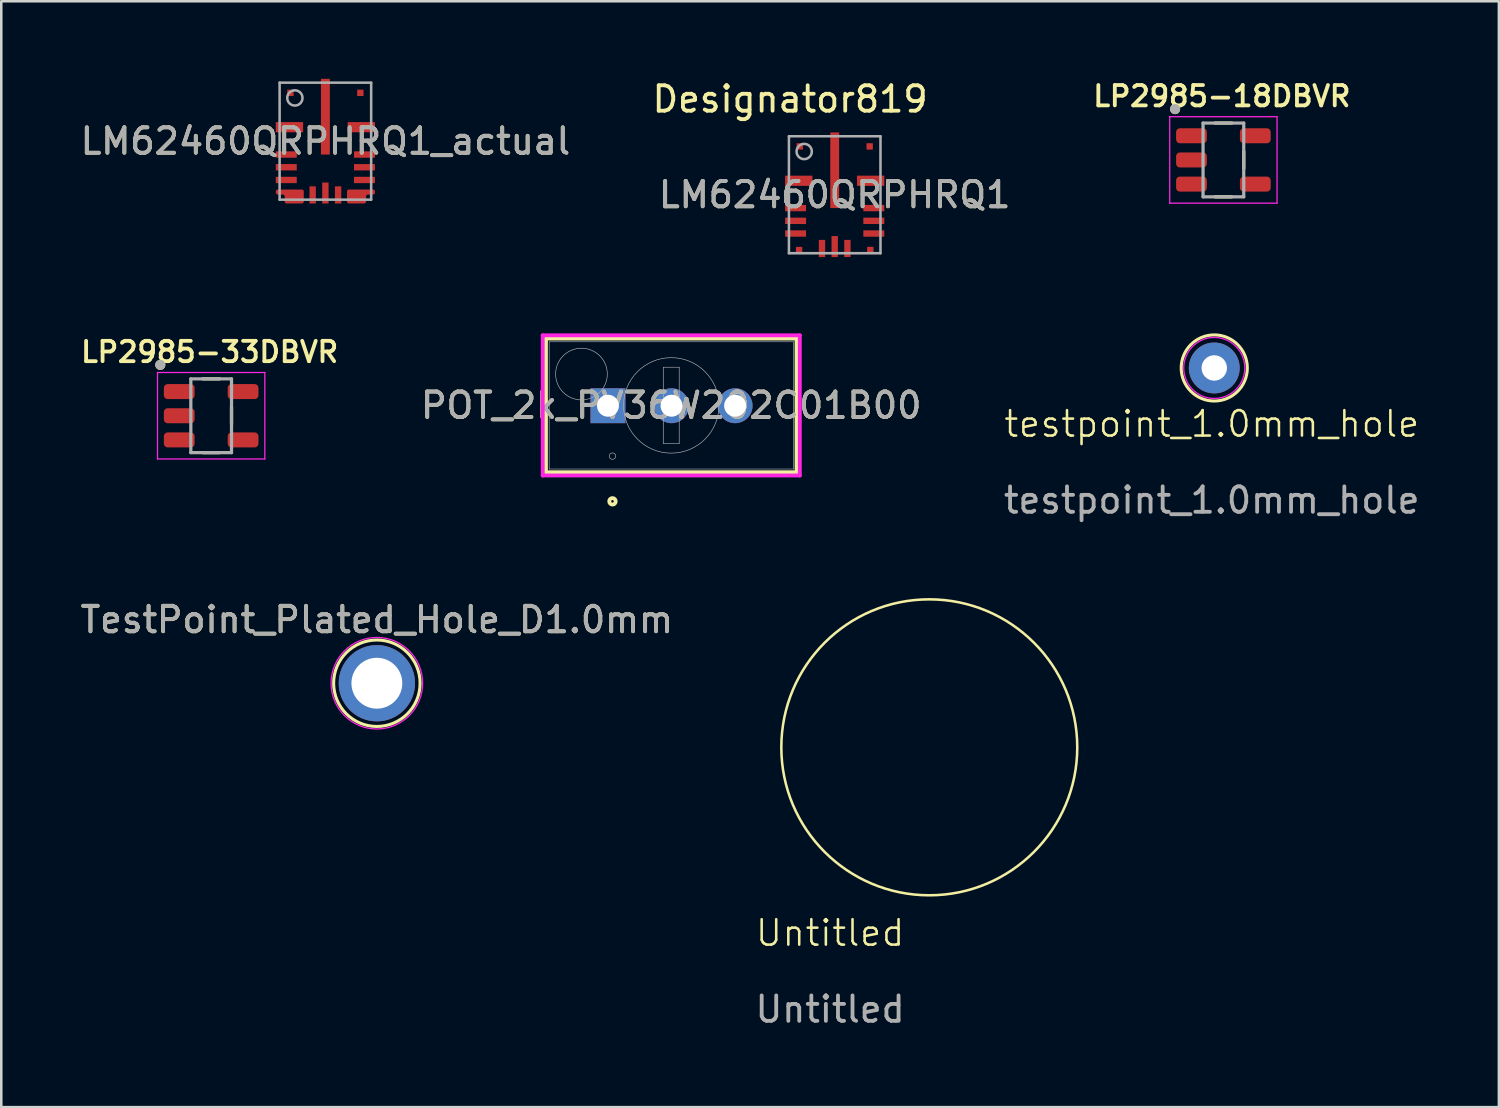
<source format=kicad_pcb>
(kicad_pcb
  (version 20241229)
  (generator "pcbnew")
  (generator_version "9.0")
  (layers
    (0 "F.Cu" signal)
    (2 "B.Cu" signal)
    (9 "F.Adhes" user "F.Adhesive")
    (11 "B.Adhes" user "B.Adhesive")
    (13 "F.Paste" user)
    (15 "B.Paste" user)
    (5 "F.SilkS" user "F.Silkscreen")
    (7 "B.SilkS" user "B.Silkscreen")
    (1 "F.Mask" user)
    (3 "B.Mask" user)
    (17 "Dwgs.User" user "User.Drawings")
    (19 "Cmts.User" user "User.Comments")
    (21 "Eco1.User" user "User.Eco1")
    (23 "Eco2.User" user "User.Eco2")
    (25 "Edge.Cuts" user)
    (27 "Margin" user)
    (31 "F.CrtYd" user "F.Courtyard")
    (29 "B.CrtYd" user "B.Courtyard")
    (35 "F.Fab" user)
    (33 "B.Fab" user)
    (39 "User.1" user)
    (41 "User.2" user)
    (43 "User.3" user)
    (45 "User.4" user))
  (footprint "Untitled"
    (layer "F.Cu")
    (at 29.589 34.134)
    (property "Reference" "Untitled" (at 0 -0.5 0) (unlocked yes) (layer "F.SilkS") (effects (font (size 1 1) (thickness 0.1))))
    (attr smd)
    (fp_circle (center 3.9 -7.8) (end 9 -5) (stroke (width 0.1) (type default)) (fill no) (layer "F.SilkS"))
    (fp_text user "${REFERENCE}" (at 0 2.5 0) (unlocked yes) (layer "F.Fab") (effects (font (size 1 1) (thickness 0.15)))))
  (footprint "LM62460QRPHRQ1"
    (layer "F.Cu")
    (at 29.77 4.607)
    (property "Reference" "LM62460QRPHRQ1" (at 0 0 0) (unlocked yes) (layer "F.SilkS") (effects (font (size 1 1) (thickness 0.15))))
    (attr smd)
    (fp_line (start -1.8 -2.3) (end 1.8 -2.3) (stroke (width 0.1) (type solid)) (layer "F.Fab"))
    (fp_line (start -1.8 2.3) (end -1.8 -2.3) (stroke (width 0.1) (type solid)) (layer "F.Fab"))
    (fp_line (start -1.8 2.3) (end 1.8 2.3) (stroke (width 0.1) (type solid)) (layer "F.Fab"))
    (fp_line (start 1.8 2.3) (end 1.8 -2.3) (stroke (width 0.1) (type solid)) (layer "F.Fab"))
    (fp_circle (center -1.2 -1.7) (end -0.9 -1.7) (stroke (width 0.1) (type solid)) (fill no) (layer "F.Fab"))
    (fp_text user "Designator819" (at -1.753 -3.759 0) (unlocked yes) (layer "F.SilkS") (effects (font (size 1 1) (thickness 0.15))))
    (fp_text user "${REFERENCE}" (at 0 0 0) (unlocked yes) (layer "F.Fab") (effects (font (size 1 1) (thickness 0.15))))
    (pad "1" smd rect (at -1.375 -1.9) (size 0.25 0.25) (layers "F.Cu" "F.Mask"))
    (pad "2" smd rect (at -1.413 -0.55) (size 1.075 0.4) (layers "F.Cu" "F.Mask" "F.Paste"))
    (pad "3" smd rect (at -1.538 0.525) (size 0.825 0.25) (layers "F.Cu" "F.Mask" "F.Paste"))
    (pad "4" smd rect (at -1.538 1.025) (size 0.825 0.25) (layers "F.Cu" "F.Mask" "F.Paste"))
    (pad "5" smd rect (at -1.538 1.525) (size 0.825 0.25) (layers "F.Cu" "F.Mask" "F.Paste"))
    (pad "6" smd rect (at -1.4 2.175) (size 0.25 0.25) (layers "F.Cu" "F.Mask"))
    (pad "7" smd rect (at -0.5 2.113 90) (size 0.675 0.25) (layers "F.Cu" "F.Mask" "F.Paste"))
    (pad "8" smd rect (at 0 2.038 90) (size 0.825 0.25) (layers "F.Cu" "F.Mask" "F.Paste"))
    (pad "9" smd rect (at 0.5 2.113 90) (size 0.675 0.25) (layers "F.Cu" "F.Mask" "F.Paste"))
    (pad "10" smd rect (at 1.4 2.175) (size 0.25 0.25) (layers "F.Cu" "F.Mask"))
    (pad "11" smd rect (at 1.538 1.525) (size 0.825 0.25) (layers "F.Cu" "F.Mask" "F.Paste"))
    (pad "12" smd rect (at 1.538 1.025) (size 0.825 0.25) (layers "F.Cu" "F.Mask" "F.Paste"))
    (pad "13" smd rect (at 1.538 0.525) (size 0.825 0.25) (layers "F.Cu" "F.Mask" "F.Paste"))
    (pad "14" smd rect (at 1.413 -0.55) (size 1.075 0.4) (layers "F.Cu" "F.Mask" "F.Paste"))
    (pad "15" smd rect (at 1.375 -1.9) (size 0.25 0.25) (layers "F.Cu" "F.Mask"))
    (pad "16" smd rect (at 0 -0.963 90) (size 2.975 0.35) (layers "F.Cu" "F.Mask" "F.Paste")))
  (footprint "TestPoint_Plated_Hole_D1.0mm"
    (layer "F.Cu")
    (at 11.768 23.814)
    (property "Reference" "TestPoint_Plated_Hole_D1.0mm" (at 0 -2.498 0) (layer "F.SilkS") (effects (font (size 1 1) (thickness 0.15))))
    (attr exclude_from_pos_files exclude_from_bom)
    (fp_circle (center 0 0) (end 0 -1.7) (stroke (width 0.12) (type solid)) (fill no) (layer "F.SilkS"))
    (fp_circle (center 0 0) (end 1.8 0) (stroke (width 0.05) (type solid)) (fill no) (layer "F.CrtYd"))
    (fp_text user "${REFERENCE}" (at 0 -2.5 0) (layer "F.Fab") (effects (font (size 1 1) (thickness 0.15))))
    (pad "1" thru_hole circle (at 0 0) (size 3 3) (drill 2) (layers "*.Cu" "*.Mask")))
  (footprint "testpoint_1.0mm_hole"
    (layer "F.Cu")
    (at 44.594 14.118)
    (property "Reference" "testpoint_1.0mm_hole" (at 0 -0.5 0) (unlocked yes) (layer "F.SilkS") (effects (font (size 1 1) (thickness 0.1))))
    (attr smd)
    (fp_circle (center 0.1 -2.7) (end 1.4 -2.7) (stroke (width 0.12) (type solid)) (fill no) (layer "F.SilkS"))
    (fp_circle (center 0.1 -2.7) (end 1.3 -2.7) (stroke (width 0.05) (type solid)) (fill no) (layer "F.CrtYd"))
    (fp_text user "${REFERENCE}" (at 0 2.5 0) (unlocked yes) (layer "F.Fab") (effects (font (size 1 1) (thickness 0.15))))
    (pad "1" thru_hole circle (at 0.1 -2.7) (size 2 2) (drill 1) (layers "*.Cu" "*.Mask")))
  (footprint "LP2985-33DBVR"
    (layer "F.Cu")
    (at 5.253 13.297)
    (property "Reference" "LP2985-33DBVR" (at -0.06 -2.508 0) (layer "F.SilkS") (effects (font (size 0.8 0.8) (thickness 0.15))))
    (attr smd)
    (fp_line (start -0.33 -1.45) (end 0.33 -1.45) (stroke (width 0.127) (type solid)) (layer "F.SilkS"))
    (fp_line (start 0.33 1.45) (end -0.33 1.45) (stroke (width 0.127) (type solid)) (layer "F.SilkS"))
    (fp_line (start 0.8 -0.335) (end 0.8 0.335) (stroke (width 0.127) (type solid)) (layer "F.SilkS"))
    (fp_circle (center -2 -2) (end -1.9 -2) (stroke (width 0.2) (type solid)) (fill no) (layer "F.SilkS"))
    (fp_line (start -2.11 -1.7) (end 2.11 -1.7) (stroke (width 0.05) (type solid)) (layer "F.CrtYd"))
    (fp_line (start -2.11 1.7) (end -2.11 -1.7) (stroke (width 0.05) (type solid)) (layer "F.CrtYd"))
    (fp_line (start 2.11 -1.7) (end 2.11 1.7) (stroke (width 0.05) (type solid)) (layer "F.CrtYd"))
    (fp_line (start 2.11 1.7) (end -2.11 1.7) (stroke (width 0.05) (type solid)) (layer "F.CrtYd"))
    (fp_line (start -0.8 -1.45) (end 0.8 -1.45) (stroke (width 0.127) (type solid)) (layer "F.Fab"))
    (fp_line (start -0.8 1.45) (end -0.8 -1.45) (stroke (width 0.127) (type solid)) (layer "F.Fab"))
    (fp_line (start 0.8 -1.45) (end 0.8 1.45) (stroke (width 0.127) (type solid)) (layer "F.Fab"))
    (fp_line (start 0.8 1.45) (end -0.8 1.45) (stroke (width 0.127) (type solid)) (layer "F.Fab"))
    (fp_circle (center -2 -2) (end -1.9 -2) (stroke (width 0.2) (type solid)) (fill no) (layer "F.Fab"))
    (pad "1" smd roundrect (at -1.255 -0.95) (size 1.21 0.59) (layers "F.Cu" "F.Mask" "F.Paste") (roundrect_rratio 0.25))
    (pad "2" smd roundrect (at -1.255 0) (size 1.21 0.59) (layers "F.Cu" "F.Mask" "F.Paste") (roundrect_rratio 0.25))
    (pad "3" smd roundrect (at -1.255 0.95) (size 1.21 0.59) (layers "F.Cu" "F.Mask" "F.Paste") (roundrect_rratio 0.25))
    (pad "4" smd roundrect (at 1.255 0.95) (size 1.21 0.59) (layers "F.Cu" "F.Mask" "F.Paste") (roundrect_rratio 0.25))
    (pad "5" smd roundrect (at 1.255 -0.95) (size 1.21 0.59) (layers "F.Cu" "F.Mask" "F.Paste") (roundrect_rratio 0.25)))
  (footprint "LM62460QRPHRQ1_actual"
    (layer "F.Cu")
    (at 9.744 2.501)
    (property "Reference" "LM62460QRPHRQ1_actual" (at 0 0 0) (unlocked yes) (layer "F.SilkS") (effects (font (size 1 1) (thickness 0.15))))
    (attr smd)
    (fp_poly (pts (xy -1.95 2.05) (xy -1.9 2.1) (xy -1.65 2.1) (xy -1.6 2.15) (xy -1.6 2.4) (xy -1.55 2.45) (xy -0.9 2.45) (xy -0.85 2.4) (xy -0.85 1.95) (xy -0.9 1.9) (xy -1.9 1.9) (xy -1.95 1.95)) (stroke (width 0) (type solid)) (fill yes) (layer "F.Cu"))
    (fp_poly (pts (xy 1.95 2.05) (xy 1.9 2.1) (xy 1.65 2.1) (xy 1.6 2.15) (xy 1.6 2.4) (xy 1.55 2.45) (xy 0.9 2.45) (xy 0.85 2.4) (xy 0.85 1.95) (xy 0.9 1.9) (xy 1.9 1.9) (xy 1.95 1.95)) (stroke (width 0) (type solid)) (fill yes) (layer "F.Cu"))
    (fp_poly (pts (xy -2.001 2.05) (xy -2.001 1.95) (xy -2 1.94) (xy -1.997 1.931) (xy -1.992 1.922) (xy -1.986 1.914) (xy -1.936 1.864) (xy -1.928 1.858) (xy -1.919 1.853) (xy -1.91 1.85) (xy -1.9 1.849) (xy -0.9 1.849) (xy -0.89 1.85) (xy -0.881 1.853) (xy -0.872 1.858) (xy -0.864 1.864) (xy -0.814 1.914) (xy -0.808 1.922) (xy -0.803 1.931) (xy -0.8 1.94) (xy -0.799 1.95) (xy -0.799 2.4) (xy -0.8 2.41) (xy -0.803 2.419) (xy -0.808 2.428) (xy -0.814 2.436) (xy -0.864 2.486) (xy -0.872 2.492) (xy -0.881 2.497) (xy -0.89 2.5) (xy -0.9 2.501) (xy -1.55 2.501) (xy -1.56 2.5) (xy -1.569 2.497) (xy -1.578 2.492) (xy -1.586 2.486) (xy -1.636 2.436) (xy -1.642 2.428) (xy -1.647 2.419) (xy -1.65 2.41) (xy -1.651 2.4) (xy -1.651 2.171) (xy -1.671 2.151) (xy -1.9 2.151) (xy -1.91 2.15) (xy -1.919 2.147) (xy -1.928 2.142) (xy -1.936 2.136) (xy -1.986 2.086) (xy -1.992 2.078) (xy -1.997 2.069) (xy -2 2.06)) (stroke (width 0) (type solid)) (fill yes) (layer "F.Mask"))
    (fp_poly (pts (xy -1.986 -1.364) (xy -1.992 -1.372) (xy -1.997 -1.381) (xy -2 -1.39) (xy -2.001 -1.4) (xy -2.001 -2.05) (xy -2 -2.06) (xy -1.997 -2.069) (xy -1.992 -2.078) (xy -1.986 -2.086) (xy -1.936 -2.136) (xy -1.928 -2.142) (xy -1.919 -2.147) (xy -1.91 -2.15) (xy -1.9 -2.151) (xy -1.671 -2.151) (xy -1.651 -2.171) (xy -1.651 -2.4) (xy -1.65 -2.41) (xy -1.647 -2.419) (xy -1.642 -2.428) (xy -1.636 -2.436) (xy -1.586 -2.486) (xy -1.578 -2.492) (xy -1.569 -2.497) (xy -1.56 -2.5) (xy -1.55 -2.501) (xy -0.85 -2.501) (xy -0.84 -2.5) (xy -0.831 -2.497) (xy -0.822 -2.492) (xy -0.814 -2.486) (xy -0.764 -2.436) (xy -0.758 -2.428) (xy -0.753 -2.419) (xy -0.75 -2.41) (xy -0.749 -2.4) (xy -0.749 -1.4) (xy -0.75 -1.39) (xy -0.753 -1.381) (xy -0.758 -1.372) (xy -0.764 -1.364) (xy -0.814 -1.314) (xy -0.822 -1.308) (xy -0.831 -1.303) (xy -0.84 -1.3) (xy -0.85 -1.299) (xy -1.9 -1.299) (xy -1.91 -1.3) (xy -1.919 -1.303) (xy -1.928 -1.308) (xy -1.936 -1.314)) (stroke (width 0) (type solid)) (fill yes) (layer "F.Mask"))
    (fp_poly (pts (xy 1.986 -1.364) (xy 1.936 -1.314) (xy 1.928 -1.308) (xy 1.919 -1.303) (xy 1.91 -1.3) (xy 1.9 -1.299) (xy 0.85 -1.299) (xy 0.84 -1.3) (xy 0.831 -1.303) (xy 0.822 -1.308) (xy 0.814 -1.314) (xy 0.764 -1.364) (xy 0.758 -1.372) (xy 0.753 -1.381) (xy 0.75 -1.39) (xy 0.749 -1.4) (xy 0.749 -2.4) (xy 0.75 -2.41) (xy 0.753 -2.419) (xy 0.758 -2.428) (xy 0.764 -2.436) (xy 0.814 -2.486) (xy 0.822 -2.492) (xy 0.831 -2.497) (xy 0.84 -2.5) (xy 0.85 -2.501) (xy 1.55 -2.501) (xy 1.56 -2.5) (xy 1.569 -2.497) (xy 1.578 -2.492) (xy 1.586 -2.486) (xy 1.636 -2.436) (xy 1.642 -2.428) (xy 1.647 -2.419) (xy 1.65 -2.41) (xy 1.651 -2.4) (xy 1.651 -2.171) (xy 1.671 -2.151) (xy 1.9 -2.151) (xy 1.91 -2.15) (xy 1.919 -2.147) (xy 1.928 -2.142) (xy 1.936 -2.136) (xy 1.986 -2.086) (xy 1.992 -2.078) (xy 1.997 -2.069) (xy 2 -2.06) (xy 2.001 -2.05) (xy 2.001 -1.4) (xy 2 -1.39) (xy 1.997 -1.381) (xy 1.992 -1.372)) (stroke (width 0) (type solid)) (fill yes) (layer "F.Mask"))
    (fp_poly (pts (xy 2.001 2.05) (xy 2 2.06) (xy 1.997 2.069) (xy 1.992 2.078) (xy 1.986 2.086) (xy 1.936 2.136) (xy 1.928 2.142) (xy 1.919 2.147) (xy 1.91 2.15) (xy 1.9 2.151) (xy 1.671 2.151) (xy 1.651 2.171) (xy 1.651 2.4) (xy 1.65 2.41) (xy 1.647 2.419) (xy 1.642 2.428) (xy 1.636 2.436) (xy 1.586 2.486) (xy 1.578 2.492) (xy 1.569 2.497) (xy 1.56 2.5) (xy 1.55 2.501) (xy 0.9 2.501) (xy 0.89 2.5) (xy 0.881 2.497) (xy 0.872 2.492) (xy 0.864 2.486) (xy 0.814 2.436) (xy 0.808 2.428) (xy 0.803 2.419) (xy 0.8 2.41) (xy 0.799 2.4) (xy 0.799 1.95) (xy 0.8 1.94) (xy 0.803 1.931) (xy 0.808 1.922) (xy 0.814 1.914) (xy 0.864 1.864) (xy 0.872 1.858) (xy 0.881 1.853) (xy 0.89 1.85) (xy 0.9 1.849) (xy 1.9 1.849) (xy 1.91 1.85) (xy 1.919 1.853) (xy 1.928 1.858) (xy 1.936 1.864) (xy 1.986 1.914) (xy 1.992 1.922) (xy 1.997 1.931) (xy 2 1.94) (xy 2.001 1.95)) (stroke (width 0) (type solid)) (fill yes) (layer "F.Mask"))
    (fp_poly (pts (xy -0.85 2.35) (xy -0.9 2.4) (xy -1.52 2.4) (xy -1.57 2.35) (xy -1.57 2.15) (xy -1.62 2.1) (xy -1.9 2.1) (xy -1.95 2.05) (xy -1.95 1.95) (xy -1.9 1.9) (xy -0.9 1.9) (xy -0.85 1.95)) (stroke (width 0) (type solid)) (fill yes) (layer "F.Paste"))
    (fp_poly (pts (xy -0.8 -1.4) (xy -0.8 -2.34) (xy -0.85 -2.39) (xy -1.49 -2.39) (xy -1.54 -2.34) (xy -1.54 -2.09) (xy -1.59 -2.04) (xy -1.79 -2.04) (xy -1.84 -1.99) (xy -1.84 -1.4) (xy -1.79 -1.35) (xy -0.85 -1.35)) (stroke (width 0) (type solid)) (fill yes) (layer "F.Paste"))
    (fp_poly (pts (xy 0.8 -1.4) (xy 0.8 -2.34) (xy 0.85 -2.39) (xy 1.49 -2.39) (xy 1.54 -2.34) (xy 1.54 -2.09) (xy 1.59 -2.04) (xy 1.79 -2.04) (xy 1.84 -1.99) (xy 1.84 -1.4) (xy 1.79 -1.35) (xy 0.85 -1.35)) (stroke (width 0) (type solid)) (fill yes) (layer "F.Paste"))
    (fp_poly (pts (xy 0.85 2.35) (xy 0.9 2.4) (xy 1.52 2.4) (xy 1.57 2.35) (xy 1.57 2.15) (xy 1.62 2.1) (xy 1.9 2.1) (xy 1.95 2.05) (xy 1.95 1.95) (xy 1.9 1.9) (xy 0.9 1.9) (xy 0.85 1.95)) (stroke (width 0) (type solid)) (fill yes) (layer "F.Paste"))
    (fp_line (start -1.8 -2.3) (end 1.8 -2.3) (stroke (width 0.1) (type solid)) (layer "F.Fab"))
    (fp_line (start -1.8 2.3) (end -1.8 -2.3) (stroke (width 0.1) (type solid)) (layer "F.Fab"))
    (fp_line (start -1.8 2.3) (end 1.8 2.3) (stroke (width 0.1) (type solid)) (layer "F.Fab"))
    (fp_line (start 1.8 2.3) (end 1.8 -2.3) (stroke (width 0.1) (type solid)) (layer "F.Fab"))
    (fp_circle (center -1.2 -1.7) (end -0.9 -1.7) (stroke (width 0.1) (type solid)) (fill no) (layer "F.Fab"))
    (fp_text user "${REFERENCE}" (at 0 0 0) (unlocked yes) (layer "F.Fab") (effects (font (size 1 1) (thickness 0.15))))
    (pad "1" smd rect (at -1.375 -1.9) (size 0.25 0.25) (layers "F.Cu" "F.Mask"))
    (pad "2" smd rect (at -1.413 -0.55) (size 1.075 0.4) (layers "F.Cu" "F.Mask" "F.Paste"))
    (pad "3" smd rect (at -1.538 0.525) (size 0.825 0.25) (layers "F.Cu" "F.Mask" "F.Paste"))
    (pad "4" smd rect (at -1.538 1.025) (size 0.825 0.25) (layers "F.Cu" "F.Mask" "F.Paste"))
    (pad "5" smd rect (at -1.538 1.525) (size 0.825 0.25) (layers "F.Cu" "F.Mask" "F.Paste"))
    (pad "6" smd rect (at -1.4 2.175) (size 0.25 0.25) (layers "F.Cu" "F.Mask"))
    (pad "7" smd rect (at -0.5 2.113 90) (size 0.675 0.25) (layers "F.Cu" "F.Mask" "F.Paste"))
    (pad "8" smd rect (at 0 2.038 90) (size 0.825 0.25) (layers "F.Cu" "F.Mask" "F.Paste"))
    (pad "9" smd rect (at 0.5 2.113 90) (size 0.675 0.25) (layers "F.Cu" "F.Mask" "F.Paste"))
    (pad "10" smd rect (at 1.4 2.175) (size 0.25 0.25) (layers "F.Cu" "F.Mask"))
    (pad "11" smd rect (at 1.538 1.525) (size 0.825 0.25) (layers "F.Cu" "F.Mask" "F.Paste"))
    (pad "12" smd rect (at 1.538 1.025) (size 0.825 0.25) (layers "F.Cu" "F.Mask" "F.Paste"))
    (pad "13" smd rect (at 1.538 0.525) (size 0.825 0.25) (layers "F.Cu" "F.Mask" "F.Paste"))
    (pad "14" smd rect (at 1.413 -0.55) (size 1.075 0.4) (layers "F.Cu" "F.Mask" "F.Paste"))
    (pad "15" smd rect (at 1.375 -1.9) (size 0.25 0.25) (layers "F.Cu" "F.Mask"))
    (pad "16" smd rect (at 0 -0.963 90) (size 2.975 0.35) (layers "F.Cu" "F.Mask" "F.Paste")))
  (footprint "POT_2k_PV36W202C01B00"
    (layer "F.Cu")
    (at 20.854 12.903)
    (property "Reference" "POT_2k_PV36W202C01B00" (at 2.489 -0.013 0) (unlocked yes) (layer "F.SilkS") (effects (font (size 1 1) (thickness 0.15))))
    (attr through_hole)
    (fp_line (start -2.438 -2.642) (end -2.438 2.616) (stroke (width 0.152) (type solid)) (layer "F.SilkS"))
    (fp_line (start -2.438 2.616) (end 7.417 2.616) (stroke (width 0.152) (type solid)) (layer "F.SilkS"))
    (fp_line (start 7.417 -2.642) (end -2.438 -2.642) (stroke (width 0.152) (type solid)) (layer "F.SilkS"))
    (fp_line (start 7.417 2.616) (end 7.417 -2.642) (stroke (width 0.152) (type solid)) (layer "F.SilkS"))
    (fp_circle (center 0.178 3.759) (end 0.305 3.759) (stroke (width 0.152) (type solid)) (fill no) (layer "F.SilkS"))
    (fp_line (start -2.565 -2.769) (end 7.544 -2.769) (stroke (width 0.152) (type solid)) (layer "F.CrtYd"))
    (fp_line (start -2.565 2.743) (end -2.565 -2.769) (stroke (width 0.152) (type solid)) (layer "F.CrtYd"))
    (fp_line (start 7.544 -2.769) (end 7.544 2.743) (stroke (width 0.152) (type solid)) (layer "F.CrtYd"))
    (fp_line (start 7.544 2.743) (end -2.565 2.743) (stroke (width 0.152) (type solid)) (layer "F.CrtYd"))
    (fp_line (start -2.311 -2.515) (end -2.311 2.489) (stroke (width 0.025) (type solid)) (layer "F.Fab"))
    (fp_line (start -2.311 2.489) (end 7.29 2.489) (stroke (width 0.025) (type solid)) (layer "F.Fab"))
    (fp_line (start 2.176 -1.514) (end 2.176 1.488) (stroke (width 0.025) (type solid)) (layer "F.Fab"))
    (fp_line (start 2.176 -1.514) (end 2.802 -1.514) (stroke (width 0.025) (type solid)) (layer "F.Fab"))
    (fp_line (start 2.176 1.488) (end 2.802 1.488) (stroke (width 0.025) (type solid)) (layer "F.Fab"))
    (fp_line (start 2.802 -1.514) (end 2.802 1.488) (stroke (width 0.025) (type solid)) (layer "F.Fab"))
    (fp_line (start 7.29 -2.515) (end -2.311 -2.515) (stroke (width 0.025) (type solid)) (layer "F.Fab"))
    (fp_line (start 7.29 2.489) (end 7.29 -2.515) (stroke (width 0.025) (type solid)) (layer "F.Fab"))
    (fp_circle (center -1.041 -1.245) (end -0.025 -1.245) (stroke (width 0.025) (type solid)) (fill no) (layer "F.Fab"))
    (fp_circle (center 0.178 1.981) (end 0.305 1.981) (stroke (width 0.025) (type solid)) (fill no) (layer "F.Fab"))
    (fp_circle (center 2.489 -0.013) (end 4.366 -0.013) (stroke (width 0.025) (type solid)) (fill no) (layer "F.Fab"))
    (fp_text user "${REFERENCE}" (at 2.489 -0.013 0) (unlocked yes) (layer "F.Fab") (effects (font (size 1 1) (thickness 0.15))))
    (pad "1" thru_hole rect (at 0 0) (size 1.372 1.372) (drill 0.864) (layers "*.Cu" "*.Mask"))
    (pad "2" thru_hole circle (at 2.5 0) (size 1.372 1.372) (drill 0.864) (layers "*.Cu" "*.Mask"))
    (pad "3" thru_hole circle (at 5 0) (size 1.372 1.372) (drill 0.864) (layers "*.Cu" "*.Mask")))
  (footprint "LP2985-18DBVR"
    (layer "F.Cu")
    (at 45.053 3.239)
    (property "Reference" "LP2985-18DBVR" (at -0.06 -2.508 0) (layer "F.SilkS") (effects (font (size 0.8 0.8) (thickness 0.15))))
    (attr smd)
    (fp_line (start -0.33 -1.45) (end 0.33 -1.45) (stroke (width 0.127) (type solid)) (layer "F.SilkS"))
    (fp_line (start 0.33 1.45) (end -0.33 1.45) (stroke (width 0.127) (type solid)) (layer "F.SilkS"))
    (fp_line (start 0.8 -0.335) (end 0.8 0.335) (stroke (width 0.127) (type solid)) (layer "F.SilkS"))
    (fp_circle (center -1.9 -2) (end -1.8 -2) (stroke (width 0.2) (type solid)) (fill no) (layer "F.SilkS"))
    (fp_line (start -2.11 -1.7) (end 2.11 -1.7) (stroke (width 0.05) (type solid)) (layer "F.CrtYd"))
    (fp_line (start -2.11 1.7) (end -2.11 -1.7) (stroke (width 0.05) (type solid)) (layer "F.CrtYd"))
    (fp_line (start 2.11 -1.7) (end 2.11 1.7) (stroke (width 0.05) (type solid)) (layer "F.CrtYd"))
    (fp_line (start 2.11 1.7) (end -2.11 1.7) (stroke (width 0.05) (type solid)) (layer "F.CrtYd"))
    (fp_line (start -0.8 -1.45) (end 0.8 -1.45) (stroke (width 0.127) (type solid)) (layer "F.Fab"))
    (fp_line (start -0.8 1.45) (end -0.8 -1.45) (stroke (width 0.127) (type solid)) (layer "F.Fab"))
    (fp_line (start 0.8 -1.45) (end 0.8 1.45) (stroke (width 0.127) (type solid)) (layer "F.Fab"))
    (fp_line (start 0.8 1.45) (end -0.8 1.45) (stroke (width 0.127) (type solid)) (layer "F.Fab"))
    (fp_circle (center -1.9 -2) (end -1.8 -2) (stroke (width 0.2) (type solid)) (fill no) (layer "F.Fab"))
    (pad "1" smd roundrect (at -1.255 -0.95) (size 1.21 0.59) (layers "F.Cu" "F.Mask" "F.Paste") (roundrect_rratio 0.25))
    (pad "2" smd roundrect (at -1.255 0) (size 1.21 0.59) (layers "F.Cu" "F.Mask" "F.Paste") (roundrect_rratio 0.25))
    (pad "3" smd roundrect (at -1.255 0.95) (size 1.21 0.59) (layers "F.Cu" "F.Mask" "F.Paste") (roundrect_rratio 0.25))
    (pad "4" smd roundrect (at 1.255 0.95) (size 1.21 0.59) (layers "F.Cu" "F.Mask" "F.Paste") (roundrect_rratio 0.25))
    (pad "5" smd roundrect (at 1.255 -0.95) (size 1.21 0.59) (layers "F.Cu" "F.Mask" "F.Paste") (roundrect_rratio 0.25)))
  (gr_rect
    (start -3 -3)
    (end 55.885 40.483)
    (stroke (width 0.1) (type default))
    (fill no)
    (layer "Edge.Cuts")))
</source>
